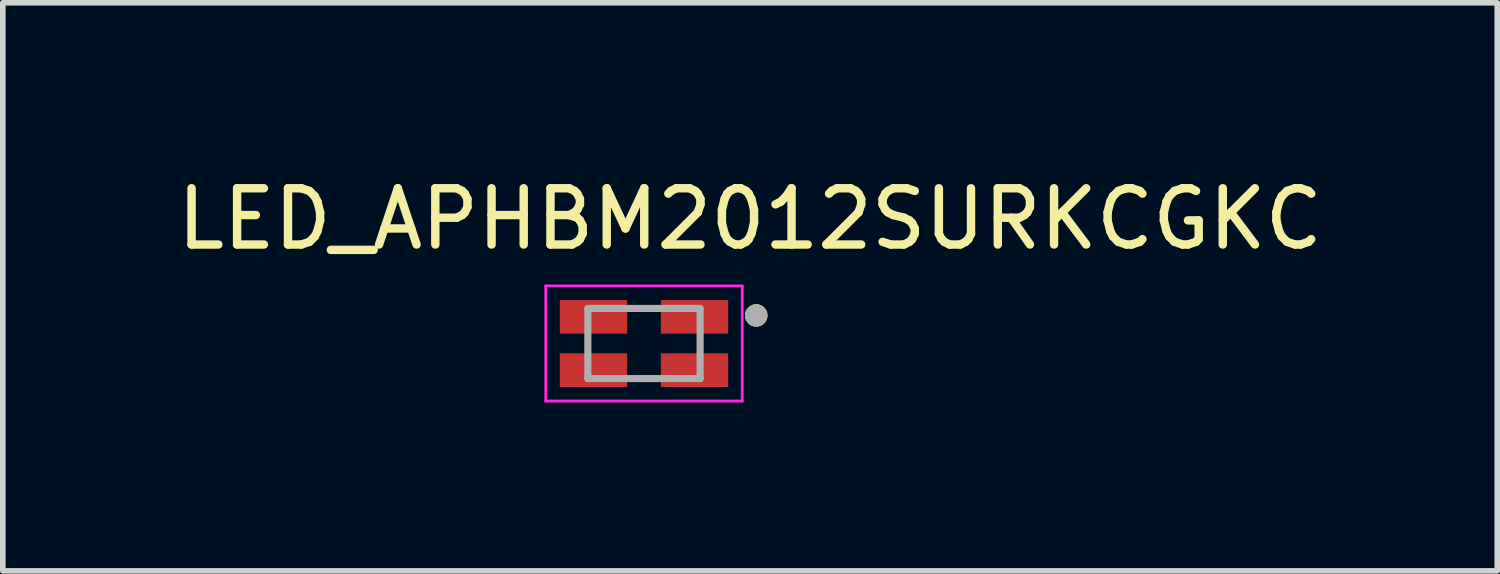
<source format=kicad_pcb>
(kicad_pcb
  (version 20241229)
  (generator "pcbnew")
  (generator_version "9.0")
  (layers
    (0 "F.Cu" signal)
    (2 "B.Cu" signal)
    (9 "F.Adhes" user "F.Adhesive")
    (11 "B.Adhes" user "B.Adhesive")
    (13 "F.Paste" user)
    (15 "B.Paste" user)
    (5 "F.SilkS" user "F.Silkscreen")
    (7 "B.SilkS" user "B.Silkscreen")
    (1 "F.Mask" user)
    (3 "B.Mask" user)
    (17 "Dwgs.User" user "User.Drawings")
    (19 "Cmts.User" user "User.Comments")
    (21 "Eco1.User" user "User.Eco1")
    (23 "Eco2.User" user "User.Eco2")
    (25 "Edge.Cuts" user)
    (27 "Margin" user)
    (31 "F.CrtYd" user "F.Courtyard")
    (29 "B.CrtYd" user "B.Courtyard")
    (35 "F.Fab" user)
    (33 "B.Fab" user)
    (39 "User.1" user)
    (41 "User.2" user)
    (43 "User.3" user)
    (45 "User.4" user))
  (footprint "LED_APHBM2012SURKCGKC"
    (layer "F.Cu")
    (at 8.422 3.069)
    (property "Reference" "LED_APHBM2012SURKCGKC" (at 1.889 -2.219 0) (layer "F.SilkS") (effects (font (size 1.002 1.002) (thickness 0.15))))
    (attr smd)
    (fp_circle (center 2 -0.5) (end 2.1 -0.5) (stroke (width 0.2) (type solid)) (fill no) (layer "F.SilkS"))
    (fp_line (start -1.75 -1.025) (end 1.75 -1.025) (stroke (width 0.05) (type solid)) (layer "F.CrtYd"))
    (fp_line (start -1.75 1.025) (end -1.75 -1.025) (stroke (width 0.05) (type solid)) (layer "F.CrtYd"))
    (fp_line (start 1.75 -1.025) (end 1.75 1.025) (stroke (width 0.05) (type solid)) (layer "F.CrtYd"))
    (fp_line (start 1.75 1.025) (end -1.75 1.025) (stroke (width 0.05) (type solid)) (layer "F.CrtYd"))
    (fp_line (start -1 -0.625) (end 1 -0.625) (stroke (width 0.127) (type solid)) (layer "F.Fab"))
    (fp_line (start -1 0.625) (end -1 -0.625) (stroke (width 0.127) (type solid)) (layer "F.Fab"))
    (fp_line (start 1 -0.625) (end 1 0.625) (stroke (width 0.127) (type solid)) (layer "F.Fab"))
    (fp_line (start 1 0.625) (end -1 0.625) (stroke (width 0.127) (type solid)) (layer "F.Fab"))
    (fp_circle (center 2 -0.5) (end 2.1 -0.5) (stroke (width 0.2) (type solid)) (fill no) (layer "F.Fab"))
    (pad "1" smd rect (at 0.9 -0.475 270) (size 0.6 1.2) (layers "F.Cu" "F.Mask" "F.Paste"))
    (pad "2" smd rect (at -0.9 -0.475 270) (size 0.6 1.2) (layers "F.Cu" "F.Mask" "F.Paste"))
    (pad "3" smd rect (at -0.9 0.475 270) (size 0.6 1.2) (layers "F.Cu" "F.Mask" "F.Paste"))
    (pad "4" smd rect (at 0.9 0.475 270) (size 0.6 1.2) (layers "F.Cu" "F.Mask" "F.Paste")))
  (gr_rect
    (start -3 -3)
    (end 23.622 7.119)
    (stroke (width 0.1) (type default))
    (fill no)
    (layer "Edge.Cuts")))
</source>
